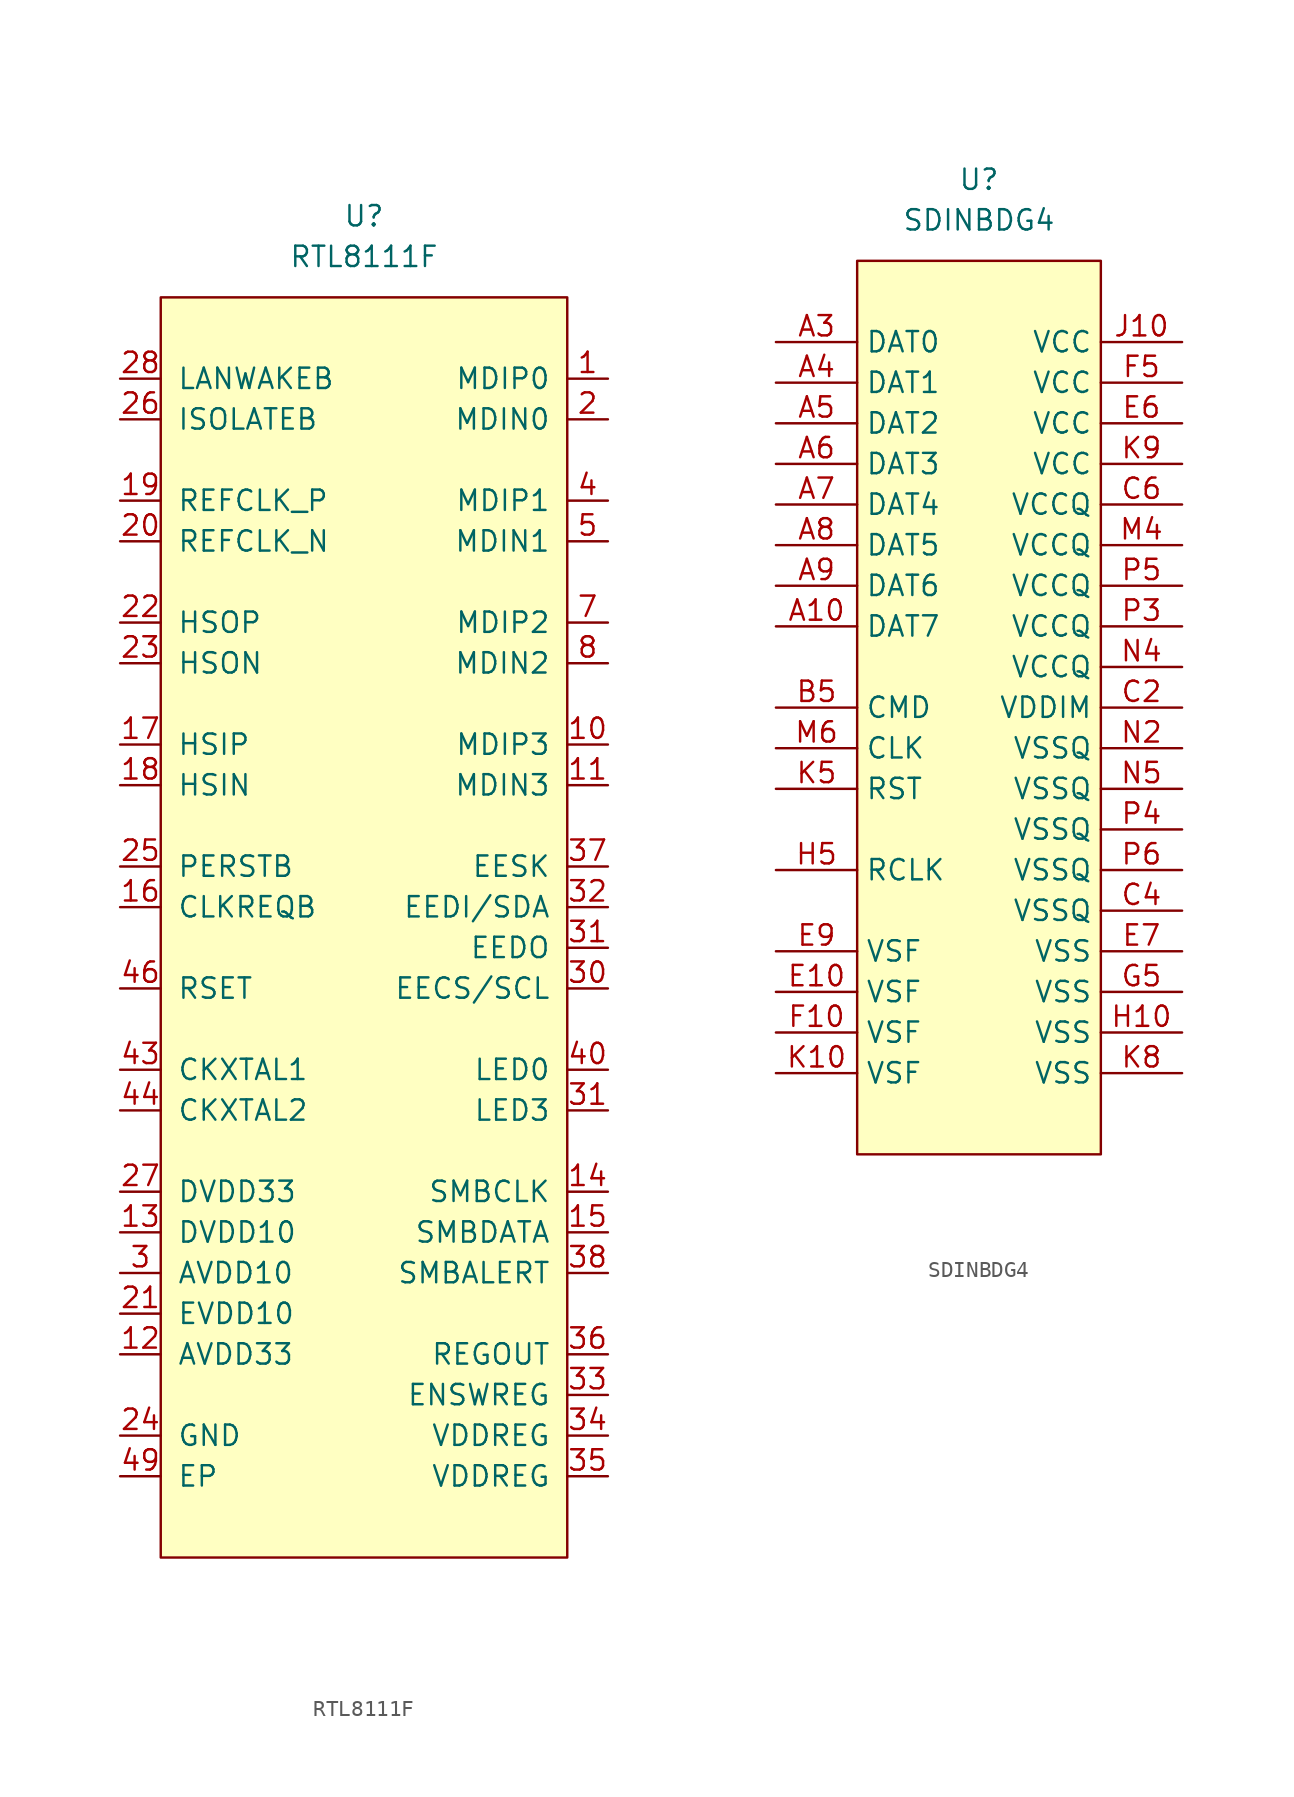
<source format=kicad_sym>
(kicad_symbol_lib
  (version 20220914)
  (generator kicad_symbol_editor)
  (symbol "RTL8111F"
    (pin_names
      (offset 1.016))
    (property "Reference" "U"
      (at 0 0 0)
      (effects (font (size 1.27 1.27))))
    (property "Value" "RTL8111F"
      (at 0 -2.54 0)
      (effects (font (size 1.27 1.27))))
    (symbol "RTL8111F_0_1"
      (rectangle (start -12.7 -5.08) (end 12.7 -83.82) (stroke (width 0) (type default)) (fill (type background))))
    (symbol "RTL8111F_1_1"
      (pin bidirectional line (at 15.24 -10.16 180) (length 2.54) (name "MDIP0" (effects (font (size 1.27 1.27)))) (number "1" (effects (font (size 1.27 1.27)))))
      (pin bidirectional line (at 15.24 -33.02 180) (length 2.54) (name "MDIP3" (effects (font (size 1.27 1.27)))) (number "10" (effects (font (size 1.27 1.27)))))
      (pin bidirectional line (at 15.24 -35.56 180) (length 2.54) (name "MDIN3" (effects (font (size 1.27 1.27)))) (number "11" (effects (font (size 1.27 1.27)))))
      (pin power_in line (at -15.24 -71.12 0) (length 2.54) (name "AVDD33" (effects (font (size 1.27 1.27)))) (number "12" (effects (font (size 1.27 1.27)))))
      (pin power_in line (at -15.24 -63.5 0) (length 2.54) (name "DVDD10" (effects (font (size 1.27 1.27)))) (number "13" (effects (font (size 1.27 1.27)))))
      (pin open_collector line (at 15.24 -60.96 180) (length 2.54) (name "SMBCLK" (effects (font (size 1.27 1.27)))) (number "14" (effects (font (size 1.27 1.27)))))
      (pin open_collector line (at 15.24 -63.5 180) (length 2.54) (name "SMBDATA" (effects (font (size 1.27 1.27)))) (number "15" (effects (font (size 1.27 1.27)))))
      (pin open_collector line (at -15.24 -43.18 0) (length 2.54) (name "CLKREQB" (effects (font (size 1.27 1.27)))) (number "16" (effects (font (size 1.27 1.27)))))
      (pin input line (at -15.24 -33.02 0) (length 2.54) (name "HSIP" (effects (font (size 1.27 1.27)))) (number "17" (effects (font (size 1.27 1.27)))))
      (pin input line (at -15.24 -35.56 0) (length 2.54) (name "HSIN" (effects (font (size 1.27 1.27)))) (number "18" (effects (font (size 1.27 1.27)))))
      (pin input line (at -15.24 -17.78 0) (length 2.54) (name "REFCLK_P" (effects (font (size 1.27 1.27)))) (number "19" (effects (font (size 1.27 1.27)))))
      (pin bidirectional line (at 15.24 -12.7 180) (length 2.54) (name "MDIN0" (effects (font (size 1.27 1.27)))) (number "2" (effects (font (size 1.27 1.27)))))
      (pin input line (at -15.24 -20.32 0) (length 2.54) (name "REFCLK_N" (effects (font (size 1.27 1.27)))) (number "20" (effects (font (size 1.27 1.27)))))
      (pin power_in line (at -15.24 -68.58 0) (length 2.54) (name "EVDD10" (effects (font (size 1.27 1.27)))) (number "21" (effects (font (size 1.27 1.27)))))
      (pin output line (at -15.24 -25.4 0) (length 2.54) (name "HSOP" (effects (font (size 1.27 1.27)))) (number "22" (effects (font (size 1.27 1.27)))))
      (pin output line (at -15.24 -27.94 0) (length 2.54) (name "HSON" (effects (font (size 1.27 1.27)))) (number "23" (effects (font (size 1.27 1.27)))))
      (pin power_in line (at -15.24 -76.2 0) (length 2.54) (name "GND" (effects (font (size 1.27 1.27)))) (number "24" (effects (font (size 1.27 1.27)))))
      (pin input line (at -15.24 -40.64 0) (length 2.54) (name "PERSTB" (effects (font (size 1.27 1.27)))) (number "25" (effects (font (size 1.27 1.27)))))
      (pin input line (at -15.24 -12.7 0) (length 2.54) (name "ISOLATEB" (effects (font (size 1.27 1.27)))) (number "26" (effects (font (size 1.27 1.27)))))
      (pin power_in line (at -15.24 -60.96 0) (length 2.54) (name "DVDD33" (effects (font (size 1.27 1.27)))) (number "27" (effects (font (size 1.27 1.27)))))
      (pin open_collector line (at -15.24 -10.16 0) (length 2.54) (name "LANWAKEB" (effects (font (size 1.27 1.27)))) (number "28" (effects (font (size 1.27 1.27)))))
      (pin power_in line (at -15.24 -63.5 0) (length 2.54) hide (name "DVDD10" (effects (font (size 1.27 1.27)))) (number "29" (effects (font (size 1.27 1.27)))))
      (pin power_in line (at -15.24 -66.04 0) (length 2.54) (name "AVDD10" (effects (font (size 1.27 1.27)))) (number "3" (effects (font (size 1.27 1.27)))))
      (pin output line (at 15.24 -48.26 180) (length 2.54) (name "EECS/SCL" (effects (font (size 1.27 1.27)))) (number "30" (effects (font (size 1.27 1.27)))))
      (pin input line (at 15.24 -45.72 180) (length 2.54) (name "EEDO" (effects (font (size 1.27 1.27)))) (number "31" (effects (font (size 1.27 1.27)))))
      (pin output line (at 15.24 -55.88 180) (length 2.54) (name "LED3" (effects (font (size 1.27 1.27)))) (number "31" (effects (font (size 1.27 1.27)))))
      (pin bidirectional line (at 15.24 -43.18 180) (length 2.54) (name "EEDI/SDA" (effects (font (size 1.27 1.27)))) (number "32" (effects (font (size 1.27 1.27)))))
      (pin input line (at 15.24 -73.66 180) (length 2.54) (name "ENSWREG" (effects (font (size 1.27 1.27)))) (number "33" (effects (font (size 1.27 1.27)))))
      (pin power_in line (at 15.24 -76.2 180) (length 2.54) (name "VDDREG" (effects (font (size 1.27 1.27)))) (number "34" (effects (font (size 1.27 1.27)))))
      (pin power_in line (at 15.24 -78.74 180) (length 2.54) (name "VDDREG" (effects (font (size 1.27 1.27)))) (number "35" (effects (font (size 1.27 1.27)))))
      (pin output line (at 15.24 -71.12 180) (length 2.54) (name "REGOUT" (effects (font (size 1.27 1.27)))) (number "36" (effects (font (size 1.27 1.27)))))
      (pin output line (at 15.24 -40.64 180) (length 2.54) (name "EESK" (effects (font (size 1.27 1.27)))) (number "37" (effects (font (size 1.27 1.27)))))
      (pin open_collector line (at 15.24 -66.04 180) (length 2.54) (name "SMBALERT" (effects (font (size 1.27 1.27)))) (number "38" (effects (font (size 1.27 1.27)))))
      (pin power_in line (at -15.24 -60.96 0) (length 2.54) hide (name "DVDD33" (effects (font (size 1.27 1.27)))) (number "39" (effects (font (size 1.27 1.27)))))
      (pin bidirectional line (at 15.24 -17.78 180) (length 2.54) (name "MDIP1" (effects (font (size 1.27 1.27)))) (number "4" (effects (font (size 1.27 1.27)))))
      (pin output line (at 15.24 -53.34 180) (length 2.54) (name "LED0" (effects (font (size 1.27 1.27)))) (number "40" (effects (font (size 1.27 1.27)))))
      (pin power_in line (at -15.24 -63.5 0) (length 2.54) hide (name "DVDD10" (effects (font (size 1.27 1.27)))) (number "41" (effects (font (size 1.27 1.27)))))
      (pin power_in line (at -15.24 -71.12 0) (length 2.54) hide (name "AVDD33" (effects (font (size 1.27 1.27)))) (number "42" (effects (font (size 1.27 1.27)))))
      (pin input line (at -15.24 -53.34 0) (length 2.54) (name "CKXTAL1" (effects (font (size 1.27 1.27)))) (number "43" (effects (font (size 1.27 1.27)))))
      (pin output line (at -15.24 -55.88 0) (length 2.54) (name "CKXTAL2" (effects (font (size 1.27 1.27)))) (number "44" (effects (font (size 1.27 1.27)))))
      (pin power_in line (at -15.24 -66.04 0) (length 2.54) hide (name "AVDD10" (effects (font (size 1.27 1.27)))) (number "45" (effects (font (size 1.27 1.27)))))
      (pin input line (at -15.24 -48.26 0) (length 2.54) (name "RSET" (effects (font (size 1.27 1.27)))) (number "46" (effects (font (size 1.27 1.27)))))
      (pin power_in line (at -15.24 -71.12 0) (length 2.54) hide (name "AVDD33" (effects (font (size 1.27 1.27)))) (number "47" (effects (font (size 1.27 1.27)))))
      (pin power_in line (at -15.24 -71.12 0) (length 2.54) hide (name "AVDD33" (effects (font (size 1.27 1.27)))) (number "48" (effects (font (size 1.27 1.27)))))
      (pin power_in line (at -15.24 -78.74 0) (length 2.54) (name "EP" (effects (font (size 1.27 1.27)))) (number "49" (effects (font (size 1.27 1.27)))))
      (pin bidirectional line (at 15.24 -20.32 180) (length 2.54) (name "MDIN1" (effects (font (size 1.27 1.27)))) (number "5" (effects (font (size 1.27 1.27)))))
      (pin power_in line (at -15.24 -66.04 0) (length 2.54) hide (name "AVDD10" (effects (font (size 1.27 1.27)))) (number "6" (effects (font (size 1.27 1.27)))))
      (pin bidirectional line (at 15.24 -25.4 180) (length 2.54) (name "MDIP2" (effects (font (size 1.27 1.27)))) (number "7" (effects (font (size 1.27 1.27)))))
      (pin bidirectional line (at 15.24 -27.94 180) (length 2.54) (name "MDIN2" (effects (font (size 1.27 1.27)))) (number "8" (effects (font (size 1.27 1.27)))))
      (pin power_in line (at -15.24 -66.04 0) (length 2.54) hide (name "AVDD10" (effects (font (size 1.27 1.27)))) (number "9" (effects (font (size 1.27 1.27)))))))
  (symbol "SDINBDG4"
    (property "Reference" "U"
      (at 0 0 0)
      (effects (font (size 1.27 1.27))))
    (property "Value" "SDINBDG4"
      (at 0 -2.54 0)
      (effects (font (size 1.27 1.27))))
    (symbol "SDINBDG4_0_1"
      (rectangle (start -7.62 -5.08) (end 7.62 -60.96) (stroke (width 0.152) (type default)) (fill (type background))))
    (symbol "SDINBDG4_1_1"
      (pin bidirectional line (at -12.7 -27.94 0) (length 5.08) (name "DAT7" (effects (font (size 1.27 1.27)))) (number "A10" (effects (font (size 1.27 1.27)))))
      (pin bidirectional line (at -12.7 -10.16 0) (length 5.08) (name "DAT0" (effects (font (size 1.27 1.27)))) (number "A3" (effects (font (size 1.27 1.27)))))
      (pin bidirectional line (at -12.7 -12.7 0) (length 5.08) (name "DAT1" (effects (font (size 1.27 1.27)))) (number "A4" (effects (font (size 1.27 1.27)))))
      (pin bidirectional line (at -12.7 -15.24 0) (length 5.08) (name "DAT2" (effects (font (size 1.27 1.27)))) (number "A5" (effects (font (size 1.27 1.27)))))
      (pin bidirectional line (at -12.7 -17.78 0) (length 5.08) (name "DAT3" (effects (font (size 1.27 1.27)))) (number "A6" (effects (font (size 1.27 1.27)))))
      (pin bidirectional line (at -12.7 -20.32 0) (length 5.08) (name "DAT4" (effects (font (size 1.27 1.27)))) (number "A7" (effects (font (size 1.27 1.27)))))
      (pin bidirectional line (at -12.7 -22.86 0) (length 5.08) (name "DAT5" (effects (font (size 1.27 1.27)))) (number "A8" (effects (font (size 1.27 1.27)))))
      (pin bidirectional line (at -12.7 -25.4 0) (length 5.08) (name "DAT6" (effects (font (size 1.27 1.27)))) (number "A9" (effects (font (size 1.27 1.27)))))
      (pin input line (at -12.7 -33.02 0) (length 5.08) (name "CMD" (effects (font (size 1.27 1.27)))) (number "B5" (effects (font (size 1.27 1.27)))))
      (pin power_in line (at 12.7 -33.02 180) (length 5.08) (name "VDDIM" (effects (font (size 1.27 1.27)))) (number "C2" (effects (font (size 1.27 1.27)))))
      (pin power_in line (at 12.7 -45.72 180) (length 5.08) (name "VSSQ" (effects (font (size 1.27 1.27)))) (number "C4" (effects (font (size 1.27 1.27)))))
      (pin power_in line (at 12.7 -20.32 180) (length 5.08) (name "VCCQ" (effects (font (size 1.27 1.27)))) (number "C6" (effects (font (size 1.27 1.27)))))
      (pin bidirectional line (at -12.7 -50.8 0) (length 5.08) (name "VSF" (effects (font (size 1.27 1.27)))) (number "E10" (effects (font (size 1.27 1.27)))))
      (pin power_in line (at 12.7 -15.24 180) (length 5.08) (name "VCC" (effects (font (size 1.27 1.27)))) (number "E6" (effects (font (size 1.27 1.27)))))
      (pin power_in line (at 12.7 -48.26 180) (length 5.08) (name "VSS" (effects (font (size 1.27 1.27)))) (number "E7" (effects (font (size 1.27 1.27)))))
      (pin bidirectional line (at -12.7 -48.26 0) (length 5.08) (name "VSF" (effects (font (size 1.27 1.27)))) (number "E9" (effects (font (size 1.27 1.27)))))
      (pin bidirectional line (at -12.7 -53.34 0) (length 5.08) (name "VSF" (effects (font (size 1.27 1.27)))) (number "F10" (effects (font (size 1.27 1.27)))))
      (pin power_in line (at 12.7 -12.7 180) (length 5.08) (name "VCC" (effects (font (size 1.27 1.27)))) (number "F5" (effects (font (size 1.27 1.27)))))
      (pin power_in line (at 12.7 -50.8 180) (length 5.08) (name "VSS" (effects (font (size 1.27 1.27)))) (number "G5" (effects (font (size 1.27 1.27)))))
      (pin power_in line (at 12.7 -53.34 180) (length 5.08) (name "VSS" (effects (font (size 1.27 1.27)))) (number "H10" (effects (font (size 1.27 1.27)))))
      (pin output line (at -12.7 -43.18 0) (length 5.08) (name "RCLK" (effects (font (size 1.27 1.27)))) (number "H5" (effects (font (size 1.27 1.27)))))
      (pin power_in line (at 12.7 -10.16 180) (length 5.08) (name "VCC" (effects (font (size 1.27 1.27)))) (number "J10" (effects (font (size 1.27 1.27)))))
      (pin bidirectional line (at -12.7 -55.88 0) (length 5.08) (name "VSF" (effects (font (size 1.27 1.27)))) (number "K10" (effects (font (size 1.27 1.27)))))
      (pin input line (at -12.7 -38.1 0) (length 5.08) (name "RST" (effects (font (size 1.27 1.27)))) (number "K5" (effects (font (size 1.27 1.27)))))
      (pin power_in line (at 12.7 -55.88 180) (length 5.08) (name "VSS" (effects (font (size 1.27 1.27)))) (number "K8" (effects (font (size 1.27 1.27)))))
      (pin power_in line (at 12.7 -17.78 180) (length 5.08) (name "VCC" (effects (font (size 1.27 1.27)))) (number "K9" (effects (font (size 1.27 1.27)))))
      (pin power_in line (at 12.7 -22.86 180) (length 5.08) (name "VCCQ" (effects (font (size 1.27 1.27)))) (number "M4" (effects (font (size 1.27 1.27)))))
      (pin input line (at -12.7 -35.56 0) (length 5.08) (name "CLK" (effects (font (size 1.27 1.27)))) (number "M6" (effects (font (size 1.27 1.27)))))
      (pin power_in line (at 12.7 -35.56 180) (length 5.08) (name "VSSQ" (effects (font (size 1.27 1.27)))) (number "N2" (effects (font (size 1.27 1.27)))))
      (pin power_in line (at 12.7 -30.48 180) (length 5.08) (name "VCCQ" (effects (font (size 1.27 1.27)))) (number "N4" (effects (font (size 1.27 1.27)))))
      (pin power_in line (at 12.7 -38.1 180) (length 5.08) (name "VSSQ" (effects (font (size 1.27 1.27)))) (number "N5" (effects (font (size 1.27 1.27)))))
      (pin power_in line (at 12.7 -27.94 180) (length 5.08) (name "VCCQ" (effects (font (size 1.27 1.27)))) (number "P3" (effects (font (size 1.27 1.27)))))
      (pin power_in line (at 12.7 -40.64 180) (length 5.08) (name "VSSQ" (effects (font (size 1.27 1.27)))) (number "P4" (effects (font (size 1.27 1.27)))))
      (pin power_in line (at 12.7 -25.4 180) (length 5.08) (name "VCCQ" (effects (font (size 1.27 1.27)))) (number "P5" (effects (font (size 1.27 1.27)))))
      (pin power_in line (at 12.7 -43.18 180) (length 5.08) (name "VSSQ" (effects (font (size 1.27 1.27)))) (number "P6" (effects (font (size 1.27 1.27))))))))
</source>
